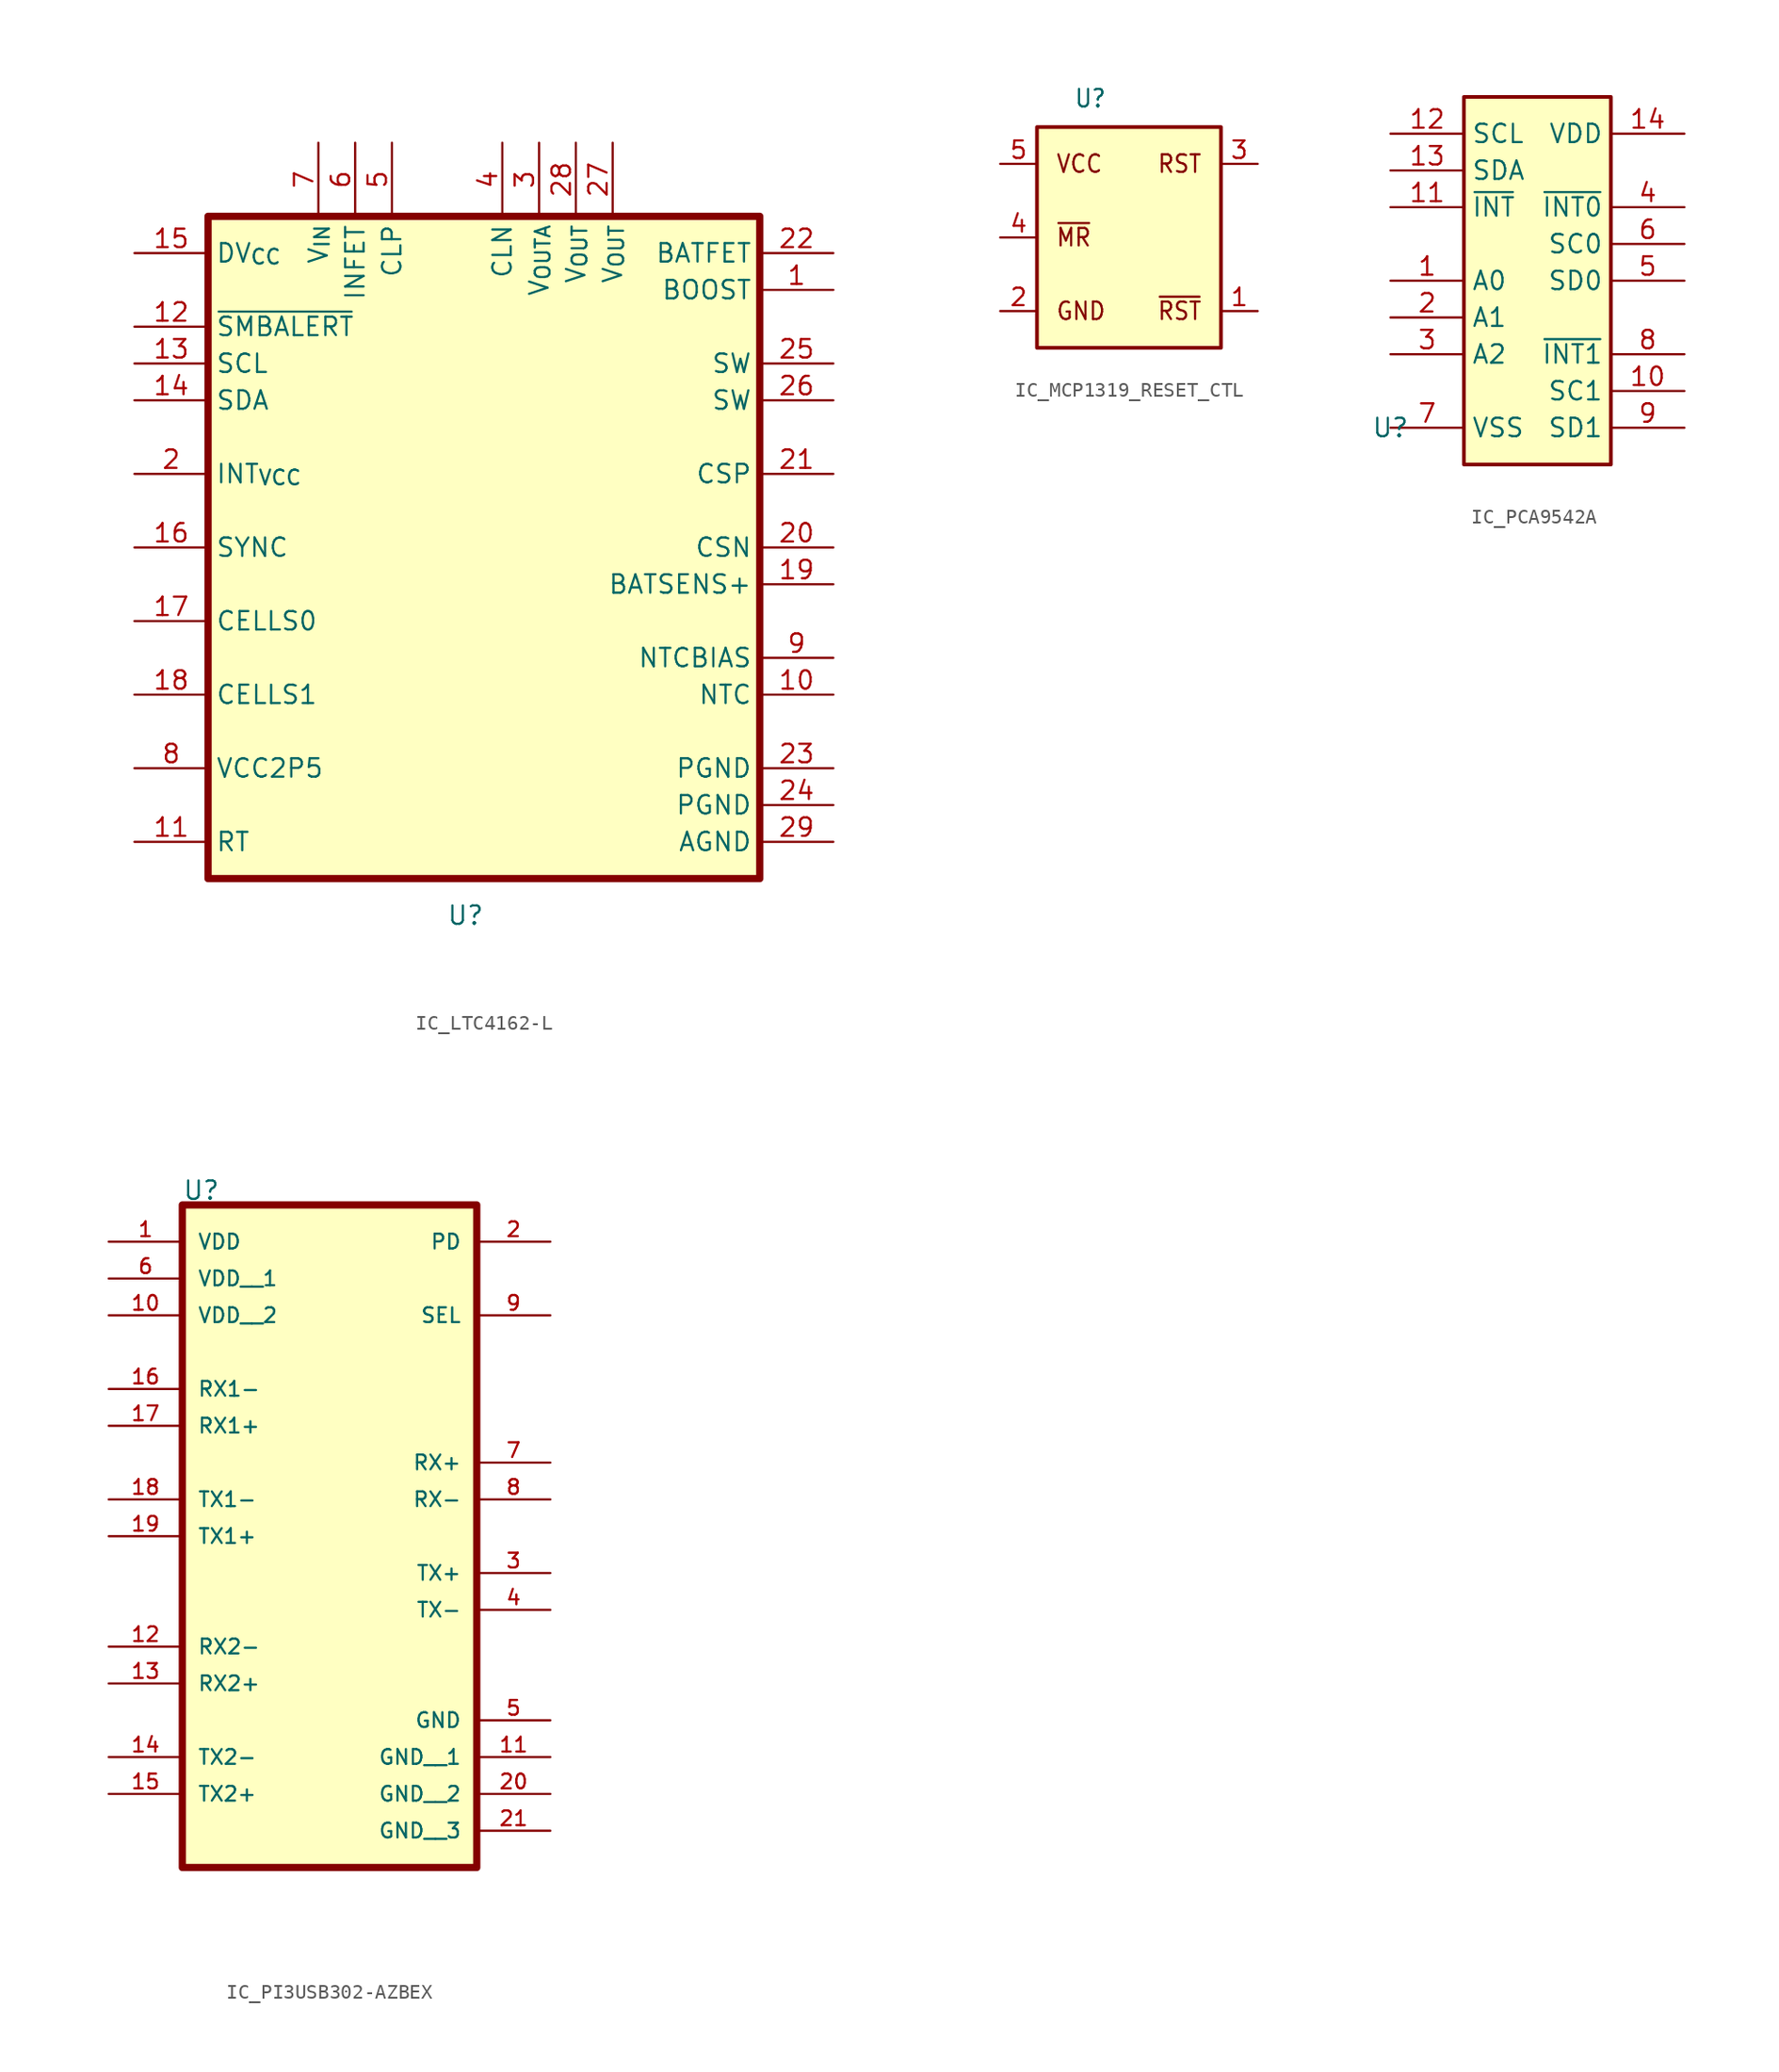
<source format=kicad_sym>
(kicad_symbol_lib
  (version 20231120)
  (generator "kicad_symbol_editor")
  (generator_version "8.0")
  (symbol "IC_LTC4162-L"
    (property "Reference" "U"
      (at 22.86 -5.08 0)
      (effects (font (size 1.27 1.27))))
    (property "Value" ""
      (at 22.86 -5.08 0)
      (effects (font (size 1.27 1.27))))
    (symbol "IC_LTC4162-L_1_1"
      (rectangle (start 5.08 43.18) (end 43.18 -2.54) (stroke (width 0.5) (type default)) (fill (type background)))
      (pin passive line (at 48.26 38.1 180) (length 5.08) (name "BOOST" (effects (font (size 1.27 1.27)))) (number "1" (effects (font (size 1.27 1.27)))))
      (pin passive line (at 48.26 10.16 180) (length 5.08) (name "NTC" (effects (font (size 1.27 1.27)))) (number "10" (effects (font (size 1.27 1.27)))))
      (pin passive line (at 0 0 0) (length 5.08) (name "RT" (effects (font (size 1.27 1.27)))) (number "11" (effects (font (size 1.27 1.27)))))
      (pin passive line (at 0 35.56 0) (length 5.08) (name "~{SMBALERT}" (effects (font (size 1.27 1.27)))) (number "12" (effects (font (size 1.27 1.27)))))
      (pin passive line (at 0 33.02 0) (length 5.08) (name "SCL" (effects (font (size 1.27 1.27)))) (number "13" (effects (font (size 1.27 1.27)))))
      (pin passive line (at 0 30.48 0) (length 5.08) (name "SDA" (effects (font (size 1.27 1.27)))) (number "14" (effects (font (size 1.27 1.27)))))
      (pin passive line (at 0 40.64 0) (length 5.08) (name "DV_{CC}" (effects (font (size 1.27 1.27)))) (number "15" (effects (font (size 1.27 1.27)))))
      (pin passive line (at 0 20.32 0) (length 5.08) (name "SYNC" (effects (font (size 1.27 1.27)))) (number "16" (effects (font (size 1.27 1.27)))))
      (pin passive line (at 0 15.24 0) (length 5.08) (name "CELLS0" (effects (font (size 1.27 1.27)))) (number "17" (effects (font (size 1.27 1.27)))))
      (pin passive line (at 0 10.16 0) (length 5.08) (name "CELLS1" (effects (font (size 1.27 1.27)))) (number "18" (effects (font (size 1.27 1.27)))))
      (pin passive line (at 48.26 17.78 180) (length 5.08) (name "BATSENS+" (effects (font (size 1.27 1.27)))) (number "19" (effects (font (size 1.27 1.27)))))
      (pin passive line (at 0 25.4 0) (length 5.08) (name "INT_{VCC}" (effects (font (size 1.27 1.27)))) (number "2" (effects (font (size 1.27 1.27)))))
      (pin passive line (at 48.26 20.32 180) (length 5.08) (name "CSN" (effects (font (size 1.27 1.27)))) (number "20" (effects (font (size 1.27 1.27)))))
      (pin passive line (at 48.26 25.4 180) (length 5.08) (name "CSP" (effects (font (size 1.27 1.27)))) (number "21" (effects (font (size 1.27 1.27)))))
      (pin passive line (at 48.26 40.64 180) (length 5.08) (name "BATFET" (effects (font (size 1.27 1.27)))) (number "22" (effects (font (size 1.27 1.27)))))
      (pin passive line (at 48.26 5.08 180) (length 5.08) (name "PGND" (effects (font (size 1.27 1.27)))) (number "23" (effects (font (size 1.27 1.27)))))
      (pin passive line (at 48.26 2.54 180) (length 5.08) (name "PGND" (effects (font (size 1.27 1.27)))) (number "24" (effects (font (size 1.27 1.27)))))
      (pin passive line (at 48.26 33.02 180) (length 5.08) (name "SW" (effects (font (size 1.27 1.27)))) (number "25" (effects (font (size 1.27 1.27)))))
      (pin passive line (at 48.26 30.48 180) (length 5.08) (name "SW" (effects (font (size 1.27 1.27)))) (number "26" (effects (font (size 1.27 1.27)))))
      (pin passive line (at 33.02 48.26 270) (length 5.08) (name "V_{OUT}" (effects (font (size 1.27 1.27)))) (number "27" (effects (font (size 1.27 1.27)))))
      (pin passive line (at 30.48 48.26 270) (length 5.08) (name "V_{OUT}" (effects (font (size 1.27 1.27)))) (number "28" (effects (font (size 1.27 1.27)))))
      (pin passive line (at 48.26 0 180) (length 5.08) (name "AGND" (effects (font (size 1.27 1.27)))) (number "29" (effects (font (size 1.27 1.27)))))
      (pin passive line (at 27.94 48.26 270) (length 5.08) (name "V_{OUTA}" (effects (font (size 1.27 1.27)))) (number "3" (effects (font (size 1.27 1.27)))))
      (pin passive line (at 25.4 48.26 270) (length 5.08) (name "CLN" (effects (font (size 1.27 1.27)))) (number "4" (effects (font (size 1.27 1.27)))))
      (pin passive line (at 17.78 48.26 270) (length 5.08) (name "CLP" (effects (font (size 1.27 1.27)))) (number "5" (effects (font (size 1.27 1.27)))))
      (pin passive line (at 15.24 48.26 270) (length 5.08) (name "INFET" (effects (font (size 1.27 1.27)))) (number "6" (effects (font (size 1.27 1.27)))))
      (pin passive line (at 12.7 48.26 270) (length 5.08) (name "V_{IN}" (effects (font (size 1.27 1.27)))) (number "7" (effects (font (size 1.27 1.27)))))
      (pin passive line (at 0 5.08 0) (length 5.08) (name "VCC2P5" (effects (font (size 1.27 1.27)))) (number "8" (effects (font (size 1.27 1.27)))))
      (pin passive line (at 48.26 12.7 180) (length 5.08) (name "NTCBIAS" (effects (font (size 1.27 1.27)))) (number "9" (effects (font (size 1.27 1.27)))))))
  (symbol "IC_MCP1319_RESET_CTL"
    (property "Reference" "U"
      (at 5.08 13.97 0)
      (effects (font (size 1.206 1.092) (thickness 0.152)) (justify left bottom)))
    (property "Value" ""
      (at 0 0 0)
      (effects (font (size 1.092 1.092) (thickness 0.152)) (justify left bottom)))
    (symbol "IC_MCP1319_RESET_CTL_1_0"
      (polyline (pts (xy 2.54 -2.54) (xy 15.24 -2.54) (xy 15.24 12.7) (xy 2.54 12.7) (xy 2.54 -2.54)) (stroke (width 0.254) (type solid)) (fill (type background)))
      (text "GND" (at 3.81 0 0) (effects (font (size 1.206 1.092) (thickness 0.152)) (justify left)))
      (text "RST" (at 13.97 10.16 0) (effects (font (size 1.206 1.092) (thickness 0.152)) (justify right)))
      (text "VCC" (at 3.81 10.16 0) (effects (font (size 1.206 1.092) (thickness 0.152)) (justify left)))
      (text "~{MR}" (at 3.81 5.08 0) (effects (font (size 1.206 1.092) (thickness 0.152)) (justify left)))
      (text "~{RST}" (at 13.97 0 0) (effects (font (size 1.206 1.092) (thickness 0.152)) (justify right)))
      (pin passive line (at 17.78 0 180) (length 2.54) (name "" (effects (font (size 1.206 1.206)))) (number "1" (effects (font (size 1.206 1.206)))))
      (pin passive line (at 0 0 0) (length 2.54) (name "" (effects (font (size 1.206 1.206)))) (number "2" (effects (font (size 1.206 1.206)))))
      (pin passive line (at 17.78 10.16 180) (length 2.54) (name "" (effects (font (size 1.206 1.206)))) (number "3" (effects (font (size 1.206 1.206)))))
      (pin passive line (at 0 5.08 0) (length 2.54) (name "" (effects (font (size 1.206 1.206)))) (number "4" (effects (font (size 1.206 1.206)))))
      (pin passive line (at 0 10.16 0) (length 2.54) (name "" (effects (font (size 1.206 1.206)))) (number "5" (effects (font (size 1.206 1.206)))))))
  (symbol "IC_PCA9542A"
    (property "Reference" "U"
      (at 0 0 0)
      (effects (font (size 1.27 1.27))))
    (property "Value" ""
      (at 0 0 0)
      (effects (font (size 1.27 1.27))))
    (symbol "IC_PCA9542A_0_1"
      (rectangle (start 5.08 22.86) (end 15.24 -2.54) (stroke (width 0.256) (type default)) (fill (type background))))
    (symbol "IC_PCA9542A_1_1"
      (pin passive line (at 0 10.16 0) (length 5.08) (name "A0" (effects (font (size 1.27 1.27)))) (number "1" (effects (font (size 1.27 1.27)))))
      (pin passive line (at 20.32 2.54 180) (length 5.08) (name "SC1" (effects (font (size 1.27 1.27)))) (number "10" (effects (font (size 1.27 1.27)))))
      (pin passive line (at 0 15.24 0) (length 5.08) (name "~{INT}" (effects (font (size 1.27 1.27)))) (number "11" (effects (font (size 1.27 1.27)))))
      (pin passive line (at 0 20.32 0) (length 5.08) (name "SCL" (effects (font (size 1.27 1.27)))) (number "12" (effects (font (size 1.27 1.27)))))
      (pin passive line (at 0 17.78 0) (length 5.08) (name "SDA" (effects (font (size 1.27 1.27)))) (number "13" (effects (font (size 1.27 1.27)))))
      (pin passive line (at 20.32 20.32 180) (length 5.08) (name "VDD" (effects (font (size 1.27 1.27)))) (number "14" (effects (font (size 1.27 1.27)))))
      (pin passive line (at 0 7.62 0) (length 5.08) (name "A1" (effects (font (size 1.27 1.27)))) (number "2" (effects (font (size 1.27 1.27)))))
      (pin passive line (at 0 5.08 0) (length 5.08) (name "A2" (effects (font (size 1.27 1.27)))) (number "3" (effects (font (size 1.27 1.27)))))
      (pin passive line (at 20.32 15.24 180) (length 5.08) (name "~{INT0}" (effects (font (size 1.27 1.27)))) (number "4" (effects (font (size 1.27 1.27)))))
      (pin passive line (at 20.32 10.16 180) (length 5.08) (name "SD0" (effects (font (size 1.27 1.27)))) (number "5" (effects (font (size 1.27 1.27)))))
      (pin passive line (at 20.32 12.7 180) (length 5.08) (name "SC0" (effects (font (size 1.27 1.27)))) (number "6" (effects (font (size 1.27 1.27)))))
      (pin passive line (at 0 0 0) (length 5.08) (name "VSS" (effects (font (size 1.27 1.27)))) (number "7" (effects (font (size 1.27 1.27)))))
      (pin passive line (at 20.32 5.08 180) (length 5.08) (name "~{INT1}" (effects (font (size 1.27 1.27)))) (number "8" (effects (font (size 1.27 1.27)))))
      (pin passive line (at 20.32 0 180) (length 5.08) (name "SD1" (effects (font (size 1.27 1.27)))) (number "9" (effects (font (size 1.27 1.27)))))))
  (symbol "IC_PI3USB302-AZBEX"
    (pin_names
      (offset 1.016))
    (property "Reference" "U"
      (at 5.08 40.894 0)
      (effects (font (size 1.27 1.27)) (justify left bottom)))
    (property "Value" ""
      (at 5.08 -7.62 0)
      (effects (font (size 1.27 1.27)) (justify left bottom)))
    (symbol "IC_PI3USB302-AZBEX_0_0"
      (pin power_in line (at 0 38.1 0) (length 5.08) (name "VDD" (effects (font (size 1.016 1.016)))) (number "1" (effects (font (size 1.016 1.016)))))
      (pin power_in line (at 0 33.02 0) (length 5.08) (name "VDD__2" (effects (font (size 1.016 1.016)))) (number "10" (effects (font (size 1.016 1.016)))))
      (pin power_in line (at 30.48 2.54 180) (length 5.08) (name "GND__1" (effects (font (size 1.016 1.016)))) (number "11" (effects (font (size 1.016 1.016)))))
      (pin bidirectional line (at 0 10.16 0) (length 5.08) (name "RX2-" (effects (font (size 1.016 1.016)))) (number "12" (effects (font (size 1.016 1.016)))))
      (pin bidirectional line (at 0 7.62 0) (length 5.08) (name "RX2+" (effects (font (size 1.016 1.016)))) (number "13" (effects (font (size 1.016 1.016)))))
      (pin bidirectional line (at 0 0 0) (length 5.08) (name "TX2+" (effects (font (size 1.016 1.016)))) (number "15" (effects (font (size 1.016 1.016)))))
      (pin bidirectional line (at 0 27.94 0) (length 5.08) (name "RX1-" (effects (font (size 1.016 1.016)))) (number "16" (effects (font (size 1.016 1.016)))))
      (pin bidirectional line (at 0 25.4 0) (length 5.08) (name "RX1+" (effects (font (size 1.016 1.016)))) (number "17" (effects (font (size 1.016 1.016)))))
      (pin bidirectional line (at 0 20.32 0) (length 5.08) (name "TX1-" (effects (font (size 1.016 1.016)))) (number "18" (effects (font (size 1.016 1.016)))))
      (pin bidirectional line (at 0 17.78 0) (length 5.08) (name "TX1+" (effects (font (size 1.016 1.016)))) (number "19" (effects (font (size 1.016 1.016)))))
      (pin input line (at 30.48 38.1 180) (length 5.08) (name "PD" (effects (font (size 1.016 1.016)))) (number "2" (effects (font (size 1.016 1.016)))))
      (pin power_in line (at 30.48 0 180) (length 5.08) (name "GND__2" (effects (font (size 1.016 1.016)))) (number "20" (effects (font (size 1.016 1.016)))))
      (pin power_in line (at 30.48 -2.54 180) (length 5.08) (name "GND__3" (effects (font (size 1.016 1.016)))) (number "21" (effects (font (size 1.016 1.016)))))
      (pin bidirectional line (at 30.48 15.24 180) (length 5.08) (name "TX+" (effects (font (size 1.016 1.016)))) (number "3" (effects (font (size 1.016 1.016)))))
      (pin bidirectional line (at 30.48 12.7 180) (length 5.08) (name "TX-" (effects (font (size 1.016 1.016)))) (number "4" (effects (font (size 1.016 1.016)))))
      (pin power_in line (at 30.48 5.08 180) (length 5.08) (name "GND" (effects (font (size 1.016 1.016)))) (number "5" (effects (font (size 1.016 1.016)))))
      (pin power_in line (at 0 35.56 0) (length 5.08) (name "VDD__1" (effects (font (size 1.016 1.016)))) (number "6" (effects (font (size 1.016 1.016)))))
      (pin bidirectional line (at 30.48 22.86 180) (length 5.08) (name "RX+" (effects (font (size 1.016 1.016)))) (number "7" (effects (font (size 1.016 1.016)))))
      (pin bidirectional line (at 30.48 20.32 180) (length 5.08) (name "RX-" (effects (font (size 1.016 1.016)))) (number "8" (effects (font (size 1.016 1.016)))))
      (pin input line (at 30.48 33.02 180) (length 5.08) (name "SEL" (effects (font (size 1.016 1.016)))) (number "9" (effects (font (size 1.016 1.016))))))
    (symbol "IC_PI3USB302-AZBEX_1_0"
      (rectangle (start 5.08 40.64) (end 25.4 -5.08) (stroke (width 0.5) (type default)) (fill (type background)))
      (pin bidirectional line (at 0 2.54 0) (length 5.08) (name "TX2-" (effects (font (size 1.016 1.016)))) (number "14" (effects (font (size 1.016 1.016))))))))
</source>
